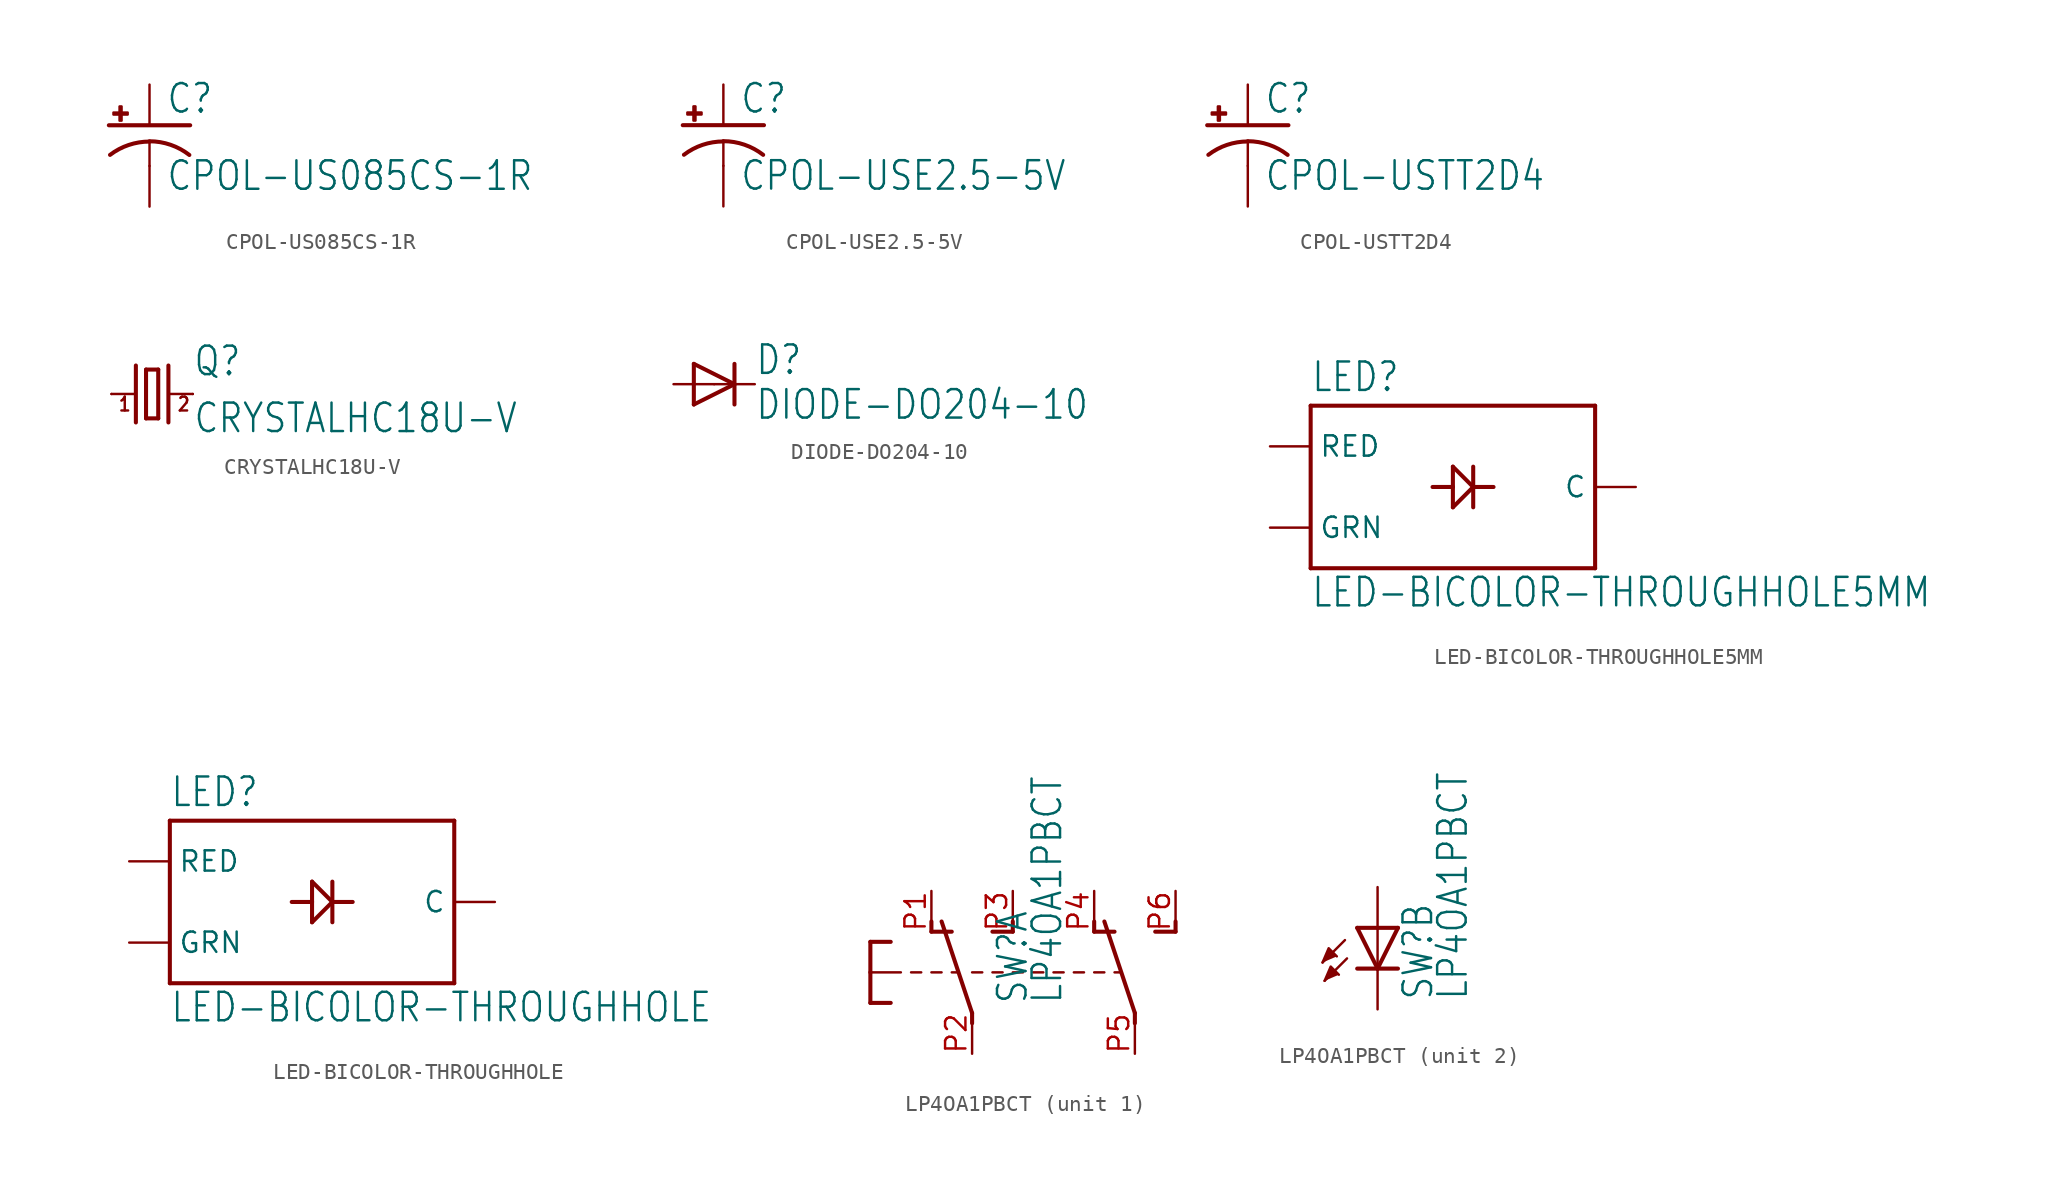
<source format=kicad_sym>
(kicad_symbol_lib
  (version 20211014)
  (generator kicad_symbol_editor)
  (symbol "CPOL-US085CS-1R"
    (property "Reference" "C"
      (at 1.016 0.635 0)
      (effects (font (size 1.778 1.511)) (justify left bottom)))
    (property "Value" "CPOL-US085CS-1R"
      (at 1.016 -4.191 0)
      (effects (font (size 1.778 1.511)) (justify left bottom)))
    (property "ki_locked" ""
      (at 0 0 0)
      (effects (font (size 1.27 1.27))))
    (symbol "CPOL-US085CS-1R_1_0"
      (rectangle (start -2.253 0.668) (end -1.364 0.795) (stroke (width 0) (type default) (color 0 0 0 0)) (fill (type outline)))
      (rectangle (start -1.872 0.287) (end -1.745 1.176) (stroke (width 0) (type default) (color 0 0 0 0)) (fill (type outline)))
      (arc (start 0 -1.0161) (mid -1.3021 -1.2302) (end -2.4669 -1.8504) (stroke (width 0.254) (type default) (color 0 0 0 0)) (fill (type none)))
      (polyline (pts (xy -2.54 0) (xy 2.54 0)) (stroke (width 0.254) (type default) (color 0 0 0 0)) (fill (type none)))
      (polyline (pts (xy 0 -1.016) (xy 0 -2.54)) (stroke (width 0.152) (type default) (color 0 0 0 0)) (fill (type none)))
      (arc (start 2.4892 -1.8542) (mid 1.3158 -1.2195) (end 0 -1) (stroke (width 0.254) (type default) (color 0 0 0 0)) (fill (type none)))
      (pin passive line (at 0 2.54 270) (length 2.54) (name "+" (effects (font (size 0 0)))) (number "+" (effects (font (size 0 0)))))
      (pin passive line (at 0 -5.08 90) (length 2.54) (name "-" (effects (font (size 0 0)))) (number "-" (effects (font (size 0 0)))))))
  (symbol "CPOL-USE2.5-5V"
    (property "Reference" "C"
      (at 1.016 0.635 0)
      (effects (font (size 1.778 1.511)) (justify left bottom)))
    (property "Value" "CPOL-USE2.5-5V"
      (at 1.016 -4.191 0)
      (effects (font (size 1.778 1.511)) (justify left bottom)))
    (property "ki_locked" ""
      (at 0 0 0)
      (effects (font (size 1.27 1.27))))
    (symbol "CPOL-USE2.5-5V_1_0"
      (rectangle (start -2.253 0.668) (end -1.364 0.795) (stroke (width 0) (type default) (color 0 0 0 0)) (fill (type outline)))
      (rectangle (start -1.872 0.287) (end -1.745 1.176) (stroke (width 0) (type default) (color 0 0 0 0)) (fill (type outline)))
      (arc (start 0 -1.0161) (mid -1.3021 -1.2302) (end -2.4669 -1.8504) (stroke (width 0.254) (type default) (color 0 0 0 0)) (fill (type none)))
      (polyline (pts (xy -2.54 0) (xy 2.54 0)) (stroke (width 0.254) (type default) (color 0 0 0 0)) (fill (type none)))
      (polyline (pts (xy 0 -1.016) (xy 0 -2.54)) (stroke (width 0.152) (type default) (color 0 0 0 0)) (fill (type none)))
      (arc (start 2.4892 -1.8542) (mid 1.3158 -1.2195) (end 0 -1) (stroke (width 0.254) (type default) (color 0 0 0 0)) (fill (type none)))
      (pin passive line (at 0 2.54 270) (length 2.54) (name "+" (effects (font (size 0 0)))) (number "+" (effects (font (size 0 0)))))
      (pin passive line (at 0 -5.08 90) (length 2.54) (name "-" (effects (font (size 0 0)))) (number "-" (effects (font (size 0 0)))))))
  (symbol "CPOL-USTT2D4"
    (property "Reference" "C"
      (at 1.016 0.635 0)
      (effects (font (size 1.778 1.511)) (justify left bottom)))
    (property "Value" "CPOL-USTT2D4"
      (at 1.016 -4.191 0)
      (effects (font (size 1.778 1.511)) (justify left bottom)))
    (property "ki_locked" ""
      (at 0 0 0)
      (effects (font (size 1.27 1.27))))
    (symbol "CPOL-USTT2D4_1_0"
      (rectangle (start -2.253 0.668) (end -1.364 0.795) (stroke (width 0) (type default) (color 0 0 0 0)) (fill (type outline)))
      (rectangle (start -1.872 0.287) (end -1.745 1.176) (stroke (width 0) (type default) (color 0 0 0 0)) (fill (type outline)))
      (arc (start 0 -1.0161) (mid -1.3021 -1.2302) (end -2.4669 -1.8504) (stroke (width 0.254) (type default) (color 0 0 0 0)) (fill (type none)))
      (polyline (pts (xy -2.54 0) (xy 2.54 0)) (stroke (width 0.254) (type default) (color 0 0 0 0)) (fill (type none)))
      (polyline (pts (xy 0 -1.016) (xy 0 -2.54)) (stroke (width 0.152) (type default) (color 0 0 0 0)) (fill (type none)))
      (arc (start 2.4892 -1.8542) (mid 1.3158 -1.2195) (end 0 -1) (stroke (width 0.254) (type default) (color 0 0 0 0)) (fill (type none)))
      (pin passive line (at 0 2.54 270) (length 2.54) (name "+" (effects (font (size 0 0)))) (number "+" (effects (font (size 0 0)))))
      (pin passive line (at 0 -5.08 90) (length 2.54) (name "-" (effects (font (size 0 0)))) (number "-" (effects (font (size 0 0)))))))
  (symbol "CRYSTALHC18U-V"
    (property "Reference" "Q"
      (at 2.54 1.016 0)
      (effects (font (size 1.778 1.511)) (justify left bottom)))
    (property "Value" "CRYSTALHC18U-V"
      (at 2.54 -2.54 0)
      (effects (font (size 1.778 1.511)) (justify left bottom)))
    (property "ki_locked" ""
      (at 0 0 0)
      (effects (font (size 1.27 1.27))))
    (symbol "CRYSTALHC18U-V_1_0"
      (polyline (pts (xy -2.54 0) (xy -1.016 0)) (stroke (width 0.152) (type default) (color 0 0 0 0)) (fill (type none)))
      (polyline (pts (xy -1.016 1.778) (xy -1.016 -1.778)) (stroke (width 0.254) (type default) (color 0 0 0 0)) (fill (type none)))
      (polyline (pts (xy -0.381 -1.524) (xy 0.381 -1.524)) (stroke (width 0.254) (type default) (color 0 0 0 0)) (fill (type none)))
      (polyline (pts (xy -0.381 1.524) (xy -0.381 -1.524)) (stroke (width 0.254) (type default) (color 0 0 0 0)) (fill (type none)))
      (polyline (pts (xy 0.381 -1.524) (xy 0.381 1.524)) (stroke (width 0.254) (type default) (color 0 0 0 0)) (fill (type none)))
      (polyline (pts (xy 0.381 1.524) (xy -0.381 1.524)) (stroke (width 0.254) (type default) (color 0 0 0 0)) (fill (type none)))
      (polyline (pts (xy 1.016 0) (xy 2.54 0)) (stroke (width 0.152) (type default) (color 0 0 0 0)) (fill (type none)))
      (polyline (pts (xy 1.016 1.778) (xy 1.016 -1.778)) (stroke (width 0.254) (type default) (color 0 0 0 0)) (fill (type none)))
      (text "1" (at -2.159 -1.143 0) (effects (font (size 0.864 0.734)) (justify left bottom)))
      (text "2" (at 1.524 -1.143 0) (effects (font (size 0.864 0.734)) (justify left bottom)))
      (pin passive line (at -2.54 0 0) (length 0) (name "1" (effects (font (size 0 0)))) (number "1" (effects (font (size 0 0)))))
      (pin passive line (at 2.54 0 180) (length 0) (name "2" (effects (font (size 0 0)))) (number "2" (effects (font (size 0 0)))))))
  (symbol "DIODE-DO204-10"
    (property "Reference" "D"
      (at 2.54 0.483 0)
      (effects (font (size 1.778 1.511)) (justify left bottom)))
    (property "Value" "DIODE-DO204-10"
      (at 2.54 -2.311 0)
      (effects (font (size 1.778 1.511)) (justify left bottom)))
    (property "ki_locked" ""
      (at 0 0 0)
      (effects (font (size 1.27 1.27))))
    (symbol "DIODE-DO204-10_1_0"
      (polyline (pts (xy -1.27 -1.27) (xy 1.27 0)) (stroke (width 0.254) (type default) (color 0 0 0 0)) (fill (type none)))
      (polyline (pts (xy -1.27 1.27) (xy -1.27 -1.27)) (stroke (width 0.254) (type default) (color 0 0 0 0)) (fill (type none)))
      (polyline (pts (xy 1.27 0) (xy -1.27 1.27)) (stroke (width 0.254) (type default) (color 0 0 0 0)) (fill (type none)))
      (polyline (pts (xy 1.27 0) (xy 1.27 -1.27)) (stroke (width 0.254) (type default) (color 0 0 0 0)) (fill (type none)))
      (polyline (pts (xy 1.27 1.27) (xy 1.27 0)) (stroke (width 0.254) (type default) (color 0 0 0 0)) (fill (type none)))
      (pin passive line (at -2.54 0 0) (length 2.54) (name "A" (effects (font (size 0 0)))) (number "A" (effects (font (size 0 0)))))
      (pin passive line (at 2.54 0 180) (length 2.54) (name "C" (effects (font (size 0 0)))) (number "C" (effects (font (size 0 0)))))))
  (symbol "LED-BICOLOR-THROUGHHOLE5MM"
    (property "Reference" "LED"
      (at -7.62 5.842 0)
      (effects (font (size 1.778 1.511)) (justify left bottom)))
    (property "Value" "LED-BICOLOR-THROUGHHOLE5MM"
      (at -7.62 -7.62 0)
      (effects (font (size 1.778 1.511)) (justify left bottom)))
    (property "ki_locked" ""
      (at 0 0 0)
      (effects (font (size 1.27 1.27))))
    (symbol "LED-BICOLOR-THROUGHHOLE5MM_1_0"
      (polyline (pts (xy -7.62 -5.08) (xy -7.62 5.08)) (stroke (width 0.254) (type default) (color 0 0 0 0)) (fill (type none)))
      (polyline (pts (xy -7.62 5.08) (xy 10.16 5.08)) (stroke (width 0.254) (type default) (color 0 0 0 0)) (fill (type none)))
      (polyline (pts (xy 1.27 -1.27) (xy 2.54 0)) (stroke (width 0.254) (type default) (color 0 0 0 0)) (fill (type none)))
      (polyline (pts (xy 1.27 0) (xy 0 0)) (stroke (width 0.254) (type default) (color 0 0 0 0)) (fill (type none)))
      (polyline (pts (xy 1.27 0) (xy 1.27 -1.27)) (stroke (width 0.254) (type default) (color 0 0 0 0)) (fill (type none)))
      (polyline (pts (xy 1.27 1.27) (xy 1.27 0)) (stroke (width 0.254) (type default) (color 0 0 0 0)) (fill (type none)))
      (polyline (pts (xy 2.54 0) (xy 1.27 1.27)) (stroke (width 0.254) (type default) (color 0 0 0 0)) (fill (type none)))
      (polyline (pts (xy 2.54 0) (xy 2.54 -1.27)) (stroke (width 0.254) (type default) (color 0 0 0 0)) (fill (type none)))
      (polyline (pts (xy 2.54 0) (xy 3.81 0)) (stroke (width 0.254) (type default) (color 0 0 0 0)) (fill (type none)))
      (polyline (pts (xy 2.54 1.27) (xy 2.54 0)) (stroke (width 0.254) (type default) (color 0 0 0 0)) (fill (type none)))
      (polyline (pts (xy 10.16 -5.08) (xy -7.62 -5.08)) (stroke (width 0.254) (type default) (color 0 0 0 0)) (fill (type none)))
      (polyline (pts (xy 10.16 5.08) (xy 10.16 -5.08)) (stroke (width 0.254) (type default) (color 0 0 0 0)) (fill (type none)))
      (pin bidirectional line (at -10.16 2.54 0) (length 2.54) (name "RED" (effects (font (size 1.27 1.27)))) (number "1" (effects (font (size 0 0)))))
      (pin bidirectional line (at 12.7 0 180) (length 2.54) (name "C" (effects (font (size 1.27 1.27)))) (number "2" (effects (font (size 0 0)))))
      (pin bidirectional line (at -10.16 -2.54 0) (length 2.54) (name "GRN" (effects (font (size 1.27 1.27)))) (number "3" (effects (font (size 0 0)))))))
  (symbol "LED-BICOLOR-THROUGHHOLE"
    (property "Reference" "LED"
      (at -7.62 5.842 0)
      (effects (font (size 1.778 1.511)) (justify left bottom)))
    (property "Value" "LED-BICOLOR-THROUGHHOLE"
      (at -7.62 -7.62 0)
      (effects (font (size 1.778 1.511)) (justify left bottom)))
    (property "ki_locked" ""
      (at 0 0 0)
      (effects (font (size 1.27 1.27))))
    (symbol "LED-BICOLOR-THROUGHHOLE_1_0"
      (polyline (pts (xy -7.62 -5.08) (xy -7.62 5.08)) (stroke (width 0.254) (type default) (color 0 0 0 0)) (fill (type none)))
      (polyline (pts (xy -7.62 5.08) (xy 10.16 5.08)) (stroke (width 0.254) (type default) (color 0 0 0 0)) (fill (type none)))
      (polyline (pts (xy 1.27 -1.27) (xy 2.54 0)) (stroke (width 0.254) (type default) (color 0 0 0 0)) (fill (type none)))
      (polyline (pts (xy 1.27 0) (xy 0 0)) (stroke (width 0.254) (type default) (color 0 0 0 0)) (fill (type none)))
      (polyline (pts (xy 1.27 0) (xy 1.27 -1.27)) (stroke (width 0.254) (type default) (color 0 0 0 0)) (fill (type none)))
      (polyline (pts (xy 1.27 1.27) (xy 1.27 0)) (stroke (width 0.254) (type default) (color 0 0 0 0)) (fill (type none)))
      (polyline (pts (xy 2.54 0) (xy 1.27 1.27)) (stroke (width 0.254) (type default) (color 0 0 0 0)) (fill (type none)))
      (polyline (pts (xy 2.54 0) (xy 2.54 -1.27)) (stroke (width 0.254) (type default) (color 0 0 0 0)) (fill (type none)))
      (polyline (pts (xy 2.54 0) (xy 3.81 0)) (stroke (width 0.254) (type default) (color 0 0 0 0)) (fill (type none)))
      (polyline (pts (xy 2.54 1.27) (xy 2.54 0)) (stroke (width 0.254) (type default) (color 0 0 0 0)) (fill (type none)))
      (polyline (pts (xy 10.16 -5.08) (xy -7.62 -5.08)) (stroke (width 0.254) (type default) (color 0 0 0 0)) (fill (type none)))
      (polyline (pts (xy 10.16 5.08) (xy 10.16 -5.08)) (stroke (width 0.254) (type default) (color 0 0 0 0)) (fill (type none)))
      (pin bidirectional line (at -10.16 -2.54 0) (length 2.54) (name "GRN" (effects (font (size 1.27 1.27)))) (number "1" (effects (font (size 0 0)))))
      (pin bidirectional line (at 12.7 0 180) (length 2.54) (name "C" (effects (font (size 1.27 1.27)))) (number "2" (effects (font (size 0 0)))))
      (pin bidirectional line (at -10.16 2.54 0) (length 2.54) (name "RED" (effects (font (size 1.27 1.27)))) (number "3" (effects (font (size 0 0)))))))
  (symbol "LP4OA1PBCT"
    (property "Reference" "SW"
      (at 3.556 -2.032 90)
      (effects (font (size 1.778 1.511)) (justify left bottom)))
    (property "Value" "LP4OA1PBCT"
      (at 5.715 -2.032 90)
      (effects (font (size 1.778 1.511)) (justify left bottom)))
    (property "ki_locked" ""
      (at 0 0 0)
      (effects (font (size 1.27 1.27))))
    (symbol "LP4OA1PBCT_1_0"
      (polyline (pts (xy -6.35 -1.905) (xy -5.08 -1.905)) (stroke (width 0.254) (type default) (color 0 0 0 0)) (fill (type none)))
      (polyline (pts (xy -6.35 0) (xy -6.35 -1.905)) (stroke (width 0.254) (type default) (color 0 0 0 0)) (fill (type none)))
      (polyline (pts (xy -6.35 0) (xy -4.445 0)) (stroke (width 0.152) (type default) (color 0 0 0 0)) (fill (type none)))
      (polyline (pts (xy -6.35 1.905) (xy -6.35 0)) (stroke (width 0.254) (type default) (color 0 0 0 0)) (fill (type none)))
      (polyline (pts (xy -6.35 1.905) (xy -5.08 1.905)) (stroke (width 0.254) (type default) (color 0 0 0 0)) (fill (type none)))
      (polyline (pts (xy -3.175 0) (xy -3.81 0)) (stroke (width 0.152) (type default) (color 0 0 0 0)) (fill (type none)))
      (polyline (pts (xy -2.54 2.54) (xy -2.54 3.175)) (stroke (width 0.254) (type default) (color 0 0 0 0)) (fill (type none)))
      (polyline (pts (xy -2.54 2.54) (xy -1.27 2.54)) (stroke (width 0.254) (type default) (color 0 0 0 0)) (fill (type none)))
      (polyline (pts (xy -1.905 0) (xy -2.54 0)) (stroke (width 0.152) (type default) (color 0 0 0 0)) (fill (type none)))
      (polyline (pts (xy -0.889 0) (xy -1.27 0)) (stroke (width 0.152) (type default) (color 0 0 0 0)) (fill (type none)))
      (polyline (pts (xy 0 -3.175) (xy 0 -2.54)) (stroke (width 0.254) (type default) (color 0 0 0 0)) (fill (type none)))
      (polyline (pts (xy 0 -2.54) (xy -1.905 3.175)) (stroke (width 0.254) (type default) (color 0 0 0 0)) (fill (type none)))
      (polyline (pts (xy 0.635 0) (xy 0 0)) (stroke (width 0.152) (type default) (color 0 0 0 0)) (fill (type none)))
      (polyline (pts (xy 1.27 2.54) (xy 2.54 2.54)) (stroke (width 0.254) (type default) (color 0 0 0 0)) (fill (type none)))
      (polyline (pts (xy 1.905 0) (xy 1.27 0)) (stroke (width 0.152) (type default) (color 0 0 0 0)) (fill (type none)))
      (polyline (pts (xy 2.54 2.54) (xy 2.54 3.175)) (stroke (width 0.254) (type default) (color 0 0 0 0)) (fill (type none)))
      (polyline (pts (xy 3.175 0) (xy 2.54 0)) (stroke (width 0.152) (type default) (color 0 0 0 0)) (fill (type none)))
      (polyline (pts (xy 4.445 0) (xy 3.81 0)) (stroke (width 0.152) (type default) (color 0 0 0 0)) (fill (type none)))
      (polyline (pts (xy 5.715 0) (xy 5.08 0)) (stroke (width 0.152) (type default) (color 0 0 0 0)) (fill (type none)))
      (polyline (pts (xy 6.985 0) (xy 6.35 0)) (stroke (width 0.152) (type default) (color 0 0 0 0)) (fill (type none)))
      (polyline (pts (xy 7.62 2.54) (xy 7.62 3.175)) (stroke (width 0.254) (type default) (color 0 0 0 0)) (fill (type none)))
      (polyline (pts (xy 7.62 2.54) (xy 8.89 2.54)) (stroke (width 0.254) (type default) (color 0 0 0 0)) (fill (type none)))
      (polyline (pts (xy 8.255 0) (xy 7.62 0)) (stroke (width 0.152) (type default) (color 0 0 0 0)) (fill (type none)))
      (polyline (pts (xy 9.271 0) (xy 8.89 0)) (stroke (width 0.152) (type default) (color 0 0 0 0)) (fill (type none)))
      (polyline (pts (xy 10.16 -3.175) (xy 10.16 -2.54)) (stroke (width 0.254) (type default) (color 0 0 0 0)) (fill (type none)))
      (polyline (pts (xy 10.16 -2.54) (xy 8.255 3.175)) (stroke (width 0.254) (type default) (color 0 0 0 0)) (fill (type none)))
      (polyline (pts (xy 11.43 2.54) (xy 12.7 2.54)) (stroke (width 0.254) (type default) (color 0 0 0 0)) (fill (type none)))
      (polyline (pts (xy 12.7 2.54) (xy 12.7 3.175)) (stroke (width 0.254) (type default) (color 0 0 0 0)) (fill (type none)))
      (pin passive line (at -2.54 5.08 270) (length 2.54) (name "A1" (effects (font (size 0 0)))) (number "P1" (effects (font (size 1.27 1.27)))))
      (pin passive line (at 0 -5.08 90) (length 2.54) (name "A2" (effects (font (size 0 0)))) (number "P2" (effects (font (size 1.27 1.27)))))
      (pin passive line (at 2.54 5.08 270) (length 2.54) (name "A3" (effects (font (size 0 0)))) (number "P3" (effects (font (size 1.27 1.27)))))
      (pin passive line (at 7.62 5.08 270) (length 2.54) (name "B1" (effects (font (size 0 0)))) (number "P4" (effects (font (size 1.27 1.27)))))
      (pin passive line (at 10.16 -5.08 90) (length 2.54) (name "B2" (effects (font (size 0 0)))) (number "P5" (effects (font (size 1.27 1.27)))))
      (pin passive line (at 12.7 5.08 270) (length 2.54) (name "B3" (effects (font (size 0 0)))) (number "P6" (effects (font (size 1.27 1.27))))))
    (symbol "LP4OA1PBCT_2_0"
      (polyline (pts (xy -2.032 1.778) (xy -3.429 0.381)) (stroke (width 0.152) (type default) (color 0 0 0 0)) (fill (type none)))
      (polyline (pts (xy -1.905 0.635) (xy -3.302 -0.762)) (stroke (width 0.152) (type default) (color 0 0 0 0)) (fill (type none)))
      (polyline (pts (xy 0 0) (xy -1.27 0)) (stroke (width 0.254) (type default) (color 0 0 0 0)) (fill (type none)))
      (polyline (pts (xy 0 0) (xy -1.27 2.54)) (stroke (width 0.254) (type default) (color 0 0 0 0)) (fill (type none)))
      (polyline (pts (xy 0 2.54) (xy -1.27 2.54)) (stroke (width 0.254) (type default) (color 0 0 0 0)) (fill (type none)))
      (polyline (pts (xy 0 2.54) (xy 0 0)) (stroke (width 0.152) (type default) (color 0 0 0 0)) (fill (type none)))
      (polyline (pts (xy 1.27 0) (xy 0 0)) (stroke (width 0.254) (type default) (color 0 0 0 0)) (fill (type none)))
      (polyline (pts (xy 1.27 2.54) (xy 0 0)) (stroke (width 0.254) (type default) (color 0 0 0 0)) (fill (type none)))
      (polyline (pts (xy 1.27 2.54) (xy 0 2.54)) (stroke (width 0.254) (type default) (color 0 0 0 0)) (fill (type none)))
      (polyline (pts (xy -3.429 0.381) (xy -3.048 1.27) (xy -2.54 0.762)) (stroke (width 0) (type default) (color 0 0 0 0)) (fill (type outline)))
      (polyline (pts (xy -3.302 -0.762) (xy -2.921 0.127) (xy -2.413 -0.381)) (stroke (width 0) (type default) (color 0 0 0 0)) (fill (type outline)))
      (pin passive line (at 0 5.08 270) (length 2.54) (name "L1" (effects (font (size 0 0)))) (number "L1" (effects (font (size 0 0)))))
      (pin passive line (at 0 -2.54 90) (length 2.54) (name "L2" (effects (font (size 0 0)))) (number "L2" (effects (font (size 0 0))))))))
</source>
